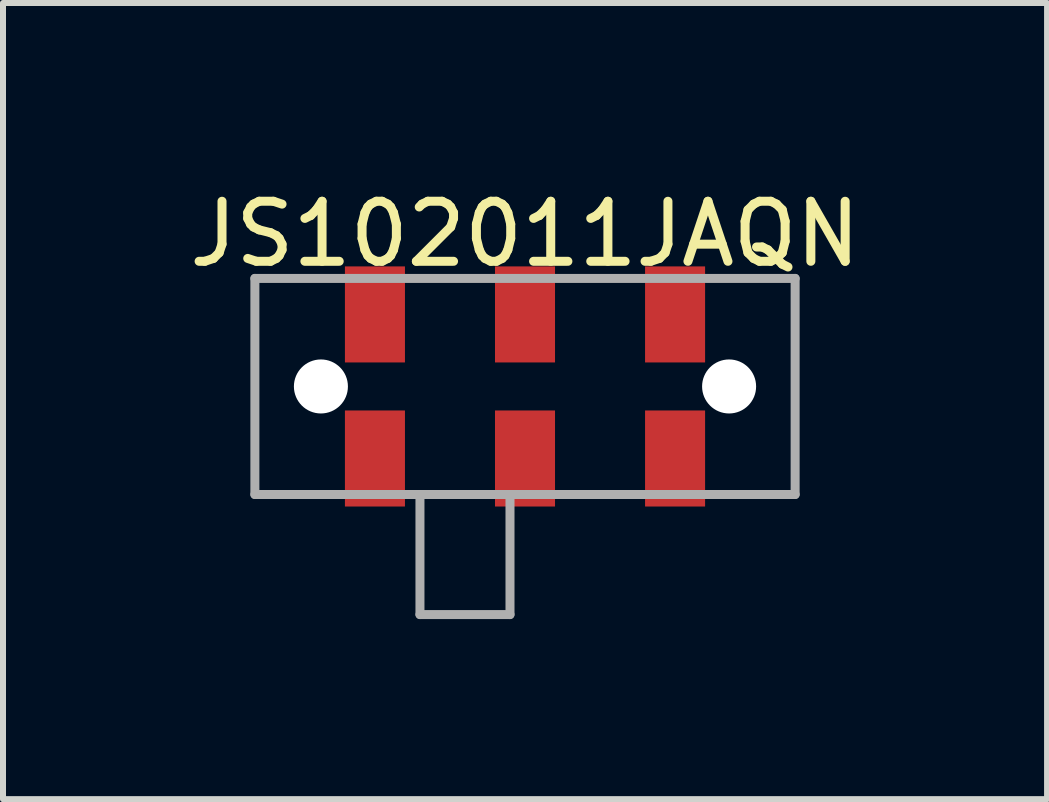
<source format=kicad_pcb>
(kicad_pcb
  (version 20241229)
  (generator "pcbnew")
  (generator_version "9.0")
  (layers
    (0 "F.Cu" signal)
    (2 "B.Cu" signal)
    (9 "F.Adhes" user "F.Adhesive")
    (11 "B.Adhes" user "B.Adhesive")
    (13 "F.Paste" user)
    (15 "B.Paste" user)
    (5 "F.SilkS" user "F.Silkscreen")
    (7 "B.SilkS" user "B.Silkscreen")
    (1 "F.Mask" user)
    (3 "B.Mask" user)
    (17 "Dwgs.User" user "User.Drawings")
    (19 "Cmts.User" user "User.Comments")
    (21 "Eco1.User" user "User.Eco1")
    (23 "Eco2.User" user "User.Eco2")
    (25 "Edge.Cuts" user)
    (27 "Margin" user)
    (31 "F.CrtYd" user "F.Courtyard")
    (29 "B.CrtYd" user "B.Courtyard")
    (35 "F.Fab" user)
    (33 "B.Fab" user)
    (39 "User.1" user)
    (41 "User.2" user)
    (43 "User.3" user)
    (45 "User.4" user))
  (footprint "JS102011JAQN"
    (layer "F.Cu")
    (at 5.696 3.388)
    (property "Reference" "JS102011JAQN" (at 0 -2.54 0) (layer "F.SilkS") (effects (font (size 1 1) (thickness 0.15))))
    (attr through_hole)
    (fp_line (start -4.5 -1.8) (end -4.5 1.8) (stroke (width 0.15) (type solid)) (layer "F.Fab"))
    (fp_line (start -4.5 -1.8) (end 4.5 -1.8) (stroke (width 0.15) (type solid)) (layer "F.Fab"))
    (fp_line (start -4.5 1.8) (end 4.5 1.8) (stroke (width 0.15) (type solid)) (layer "F.Fab"))
    (fp_line (start -1.75 1.8) (end -1.75 3.8) (stroke (width 0.15) (type solid)) (layer "F.Fab"))
    (fp_line (start -0.25 1.8) (end -0.25 3.8) (stroke (width 0.15) (type solid)) (layer "F.Fab"))
    (fp_line (start -0.25 3.8) (end -1.75 3.8) (stroke (width 0.15) (type solid)) (layer "F.Fab"))
    (fp_line (start 4.5 -1.8) (end 4.5 1.8) (stroke (width 0.15) (type solid)) (layer "F.Fab"))
    (pad "" np_thru_hole circle (at -3.4 0) (size 0.9 0.9) (drill 0.9) (layers "*.Cu" "*.Mask"))
    (pad "" np_thru_hole circle (at 3.4 0) (size 0.9 0.9) (drill 0.9) (layers "*.Cu" "*.Mask"))
    (pad "1" smd rect (at -2.5 -1.2) (size 1 1.6) (layers "F.Cu" "F.Mask" "F.Paste"))
    (pad "1" smd rect (at -2.5 1.2) (size 1 1.6) (layers "F.Cu" "F.Mask" "F.Paste"))
    (pad "2" smd rect (at 0 -1.2) (size 1 1.6) (layers "F.Cu" "F.Mask" "F.Paste"))
    (pad "2" smd rect (at 0 1.2) (size 1 1.6) (layers "F.Cu" "F.Mask" "F.Paste"))
    (pad "3" smd rect (at 2.5 -1.2) (size 1 1.6) (layers "F.Cu" "F.Mask" "F.Paste"))
    (pad "3" smd rect (at 2.5 1.2) (size 1 1.6) (layers "F.Cu" "F.Mask" "F.Paste")))
  (gr_rect
    (start -3 -3)
    (end 14.393 10.263)
    (stroke (width 0.1) (type default))
    (fill no)
    (layer "Edge.Cuts")))
</source>
